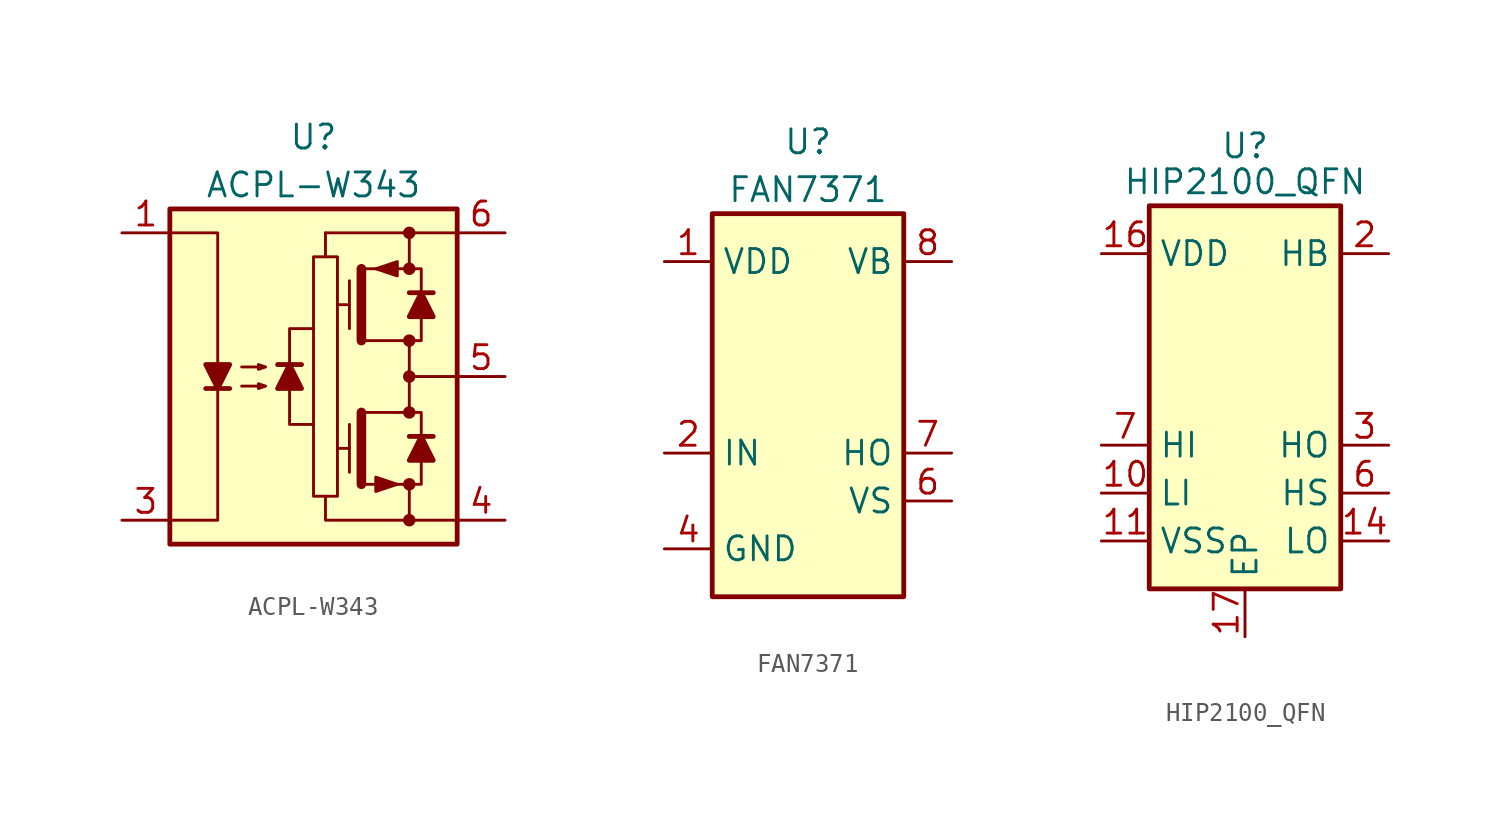
<source format=kicad_sym>
(kicad_symbol_lib
  (version 20220914)
  (generator kicad_symbol_editor)
  (symbol "ACPL-W343"
    (pin_names hide)
    (property "Reference" "U"
      (at 0 12.7 0)
      (effects (font (size 1.27 1.27))))
    (property "Value" "ACPL-W343"
      (at 0 10.16 0)
      (effects (font (size 1.27 1.27))))
    (symbol "ACPL-W343_0_1"
      (rectangle (start -7.62 8.89) (end 7.62 -8.89) (stroke (width 0.254) (type default)) (fill (type background)))
      (polyline (pts (xy -5.715 -0.635) (xy -4.445 -0.635)) (stroke (width 0.254) (type default)) (fill (type none)))
      (polyline (pts (xy -0.635 0.635) (xy -1.905 0.635)) (stroke (width 0.254) (type default)) (fill (type none)))
      (polyline (pts (xy 1.27 -3.81) (xy 1.905 -3.81)) (stroke (width 0) (type default)) (fill (type none)))
      (polyline (pts (xy 1.27 3.81) (xy 1.905 3.81)) (stroke (width 0) (type default)) (fill (type none)))
      (polyline (pts (xy 1.905 -5.08) (xy 1.905 -2.54)) (stroke (width 0) (type default)) (fill (type none)))
      (polyline (pts (xy 1.905 2.54) (xy 1.905 5.08)) (stroke (width 0) (type default)) (fill (type none)))
      (polyline (pts (xy 2.54 -5.715) (xy 2.54 -1.905)) (stroke (width 0.508) (type default)) (fill (type none)))
      (polyline (pts (xy 2.54 1.905) (xy 2.54 5.715)) (stroke (width 0.508) (type default)) (fill (type none)))
      (polyline (pts (xy 4.445 -1.905) (xy 2.54 -1.905)) (stroke (width 0) (type default)) (fill (type none)))
      (polyline (pts (xy 4.445 5.715) (xy 2.54 5.715)) (stroke (width 0) (type default)) (fill (type none)))
      (polyline (pts (xy 5.08 -5.715) (xy 5.08 -7.62)) (stroke (width 0) (type default)) (fill (type none)))
      (polyline (pts (xy 5.08 0) (xy 7.62 0)) (stroke (width 0) (type default)) (fill (type none)))
      (polyline (pts (xy 5.08 1.905) (xy 5.08 -1.905)) (stroke (width 0) (type default)) (fill (type none)))
      (polyline (pts (xy 5.08 7.62) (xy 5.08 5.715)) (stroke (width 0) (type default)) (fill (type none)))
      (polyline (pts (xy 6.35 -3.175) (xy 5.08 -3.175)) (stroke (width 0.254) (type default)) (fill (type none)))
      (polyline (pts (xy 6.35 4.445) (xy 5.08 4.445)) (stroke (width 0.254) (type default)) (fill (type none)))
      (polyline (pts (xy 7.62 7.62) (xy 0.635 7.62)) (stroke (width 0) (type default)) (fill (type none)))
      (polyline (pts (xy -1.27 -0.635) (xy -1.27 -2.54) (xy 0 -2.54)) (stroke (width 0) (type default)) (fill (type none)))
      (polyline (pts (xy -1.27 0.635) (xy -1.27 2.54) (xy 0 2.54)) (stroke (width 0) (type default)) (fill (type none)))
      (polyline (pts (xy 0.635 -6.35) (xy 0.635 -7.62) (xy 7.62 -7.62)) (stroke (width 0) (type default)) (fill (type none)))
      (polyline (pts (xy 4.445 -1.905) (xy 5.715 -1.905) (xy 5.715 -3.175)) (stroke (width 0) (type default)) (fill (type none)))
      (polyline (pts (xy 4.445 5.715) (xy 5.715 5.715) (xy 5.715 4.445)) (stroke (width 0) (type default)) (fill (type none)))
      (polyline (pts (xy 5.715 -4.445) (xy 5.715 -5.715) (xy 2.54 -5.715)) (stroke (width 0) (type default)) (fill (type none)))
      (polyline (pts (xy 5.715 3.175) (xy 5.715 1.905) (xy 2.54 1.905)) (stroke (width 0) (type default)) (fill (type none)))
      (polyline (pts (xy -7.62 7.62) (xy -5.08 7.62) (xy -5.08 -7.62) (xy -7.62 -7.62)) (stroke (width 0) (type default)) (fill (type none)))
      (polyline (pts (xy -5.08 -0.635) (xy -5.715 0.635) (xy -4.445 0.635) (xy -5.08 -0.635)) (stroke (width 0.254) (type default)) (fill (type outline)))
      (polyline (pts (xy -1.27 0.635) (xy -0.635 -0.635) (xy -1.905 -0.635) (xy -1.27 0.635)) (stroke (width 0.254) (type default)) (fill (type outline)))
      (polyline (pts (xy 3.302 5.715) (xy 4.445 6.096) (xy 4.445 5.334) (xy 3.302 5.715)) (stroke (width 0) (type default)) (fill (type outline)))
      (polyline (pts (xy 4.445 -5.715) (xy 3.302 -5.334) (xy 3.302 -6.096) (xy 4.445 -5.715)) (stroke (width 0) (type default)) (fill (type outline)))
      (polyline (pts (xy 5.715 -3.175) (xy 6.35 -4.445) (xy 5.08 -4.445) (xy 5.715 -3.175)) (stroke (width 0.254) (type default)) (fill (type outline)))
      (polyline (pts (xy 5.715 4.445) (xy 6.35 3.175) (xy 5.08 3.175) (xy 5.715 4.445)) (stroke (width 0.254) (type default)) (fill (type outline)))
      (polyline (pts (xy -3.81 -0.508) (xy -2.54 -0.508) (xy -2.921 -0.635) (xy -2.921 -0.381) (xy -2.54 -0.508)) (stroke (width 0) (type default)) (fill (type none)))
      (polyline (pts (xy -3.81 0.508) (xy -2.54 0.508) (xy -2.921 0.381) (xy -2.921 0.635) (xy -2.54 0.508)) (stroke (width 0) (type default)) (fill (type none)))
      (polyline (pts (xy 1.27 6.35) (xy 1.27 -6.35) (xy 0 -6.35) (xy 0 6.35) (xy 1.27 6.35)) (stroke (width 0) (type default)) (fill (type none)))
      (rectangle (start 0.635 6.35) (end 0.635 6.35) (stroke (width 0) (type default)) (fill (type none)))
      (rectangle (start 0.635 6.35) (end 0.635 7.62) (stroke (width 0) (type default)) (fill (type none)))
      (circle (center 5.08 -7.62) (radius 0.254) (stroke (width 0) (type default)) (fill (type outline)))
      (circle (center 5.08 -5.715) (radius 0.254) (stroke (width 0) (type default)) (fill (type outline)))
      (circle (center 5.08 -1.905) (radius 0.254) (stroke (width 0) (type default)) (fill (type outline)))
      (circle (center 5.08 0) (radius 0.254) (stroke (width 0) (type default)) (fill (type outline)))
      (circle (center 5.08 1.905) (radius 0.254) (stroke (width 0) (type default)) (fill (type outline)))
      (circle (center 5.08 5.715) (radius 0.254) (stroke (width 0) (type default)) (fill (type outline)))
      (circle (center 5.08 7.62) (radius 0.254) (stroke (width 0) (type default)) (fill (type outline))))
    (symbol "ACPL-W343_1_1"
      (pin passive line (at -10.16 7.62 0) (length 2.54) (name "A" (effects (font (size 1.27 1.27)))) (number "1" (effects (font (size 1.27 1.27)))))
      (pin no_connect line (at -7.62 0 0) (length 2.54) hide (name "NC" (effects (font (size 1.27 1.27)))) (number "2" (effects (font (size 1.27 1.27)))))
      (pin passive line (at -10.16 -7.62 0) (length 2.54) (name "C" (effects (font (size 1.27 1.27)))) (number "3" (effects (font (size 1.27 1.27)))))
      (pin power_in line (at 10.16 -7.62 180) (length 2.54) (name "VEE" (effects (font (size 1.27 1.27)))) (number "4" (effects (font (size 1.27 1.27)))))
      (pin output line (at 10.16 0 180) (length 2.54) (name "VO" (effects (font (size 1.27 1.27)))) (number "5" (effects (font (size 1.27 1.27)))))
      (pin power_in line (at 10.16 7.62 180) (length 2.54) (name "VCC" (effects (font (size 1.27 1.27)))) (number "6" (effects (font (size 1.27 1.27)))))))
  (symbol "FAN7371"
    (property "Reference" "U"
      (at 0 13.97 0)
      (effects (font (size 1.27 1.27))))
    (property "Value" "FAN7371"
      (at 0 11.43 0)
      (effects (font (size 1.27 1.27))))
    (symbol "FAN7371_0_1"
      (rectangle (start -5.08 10.16) (end 5.08 -10.16) (stroke (width 0.254) (type default)) (fill (type background))))
    (symbol "FAN7371_1_1"
      (pin power_in line (at -7.62 7.62 0) (length 2.54) (name "VDD" (effects (font (size 1.27 1.27)))) (number "1" (effects (font (size 1.27 1.27)))))
      (pin input line (at -7.62 -2.54 0) (length 2.54) (name "IN" (effects (font (size 1.27 1.27)))) (number "2" (effects (font (size 1.27 1.27)))))
      (pin no_connect line (at -5.08 -5.08 0) (length 2.54) hide (name "NC" (effects (font (size 1.27 1.27)))) (number "3" (effects (font (size 1.27 1.27)))))
      (pin power_in line (at -7.62 -7.62 0) (length 2.54) (name "GND" (effects (font (size 1.27 1.27)))) (number "4" (effects (font (size 1.27 1.27)))))
      (pin no_connect line (at 5.08 -7.62 180) (length 2.54) hide (name "NC" (effects (font (size 1.27 1.27)))) (number "5" (effects (font (size 1.27 1.27)))))
      (pin passive line (at 7.62 -5.08 180) (length 2.54) (name "VS" (effects (font (size 1.27 1.27)))) (number "6" (effects (font (size 1.27 1.27)))))
      (pin output line (at 7.62 -2.54 180) (length 2.54) (name "HO" (effects (font (size 1.27 1.27)))) (number "7" (effects (font (size 1.27 1.27)))))
      (pin passive line (at 7.62 7.62 180) (length 2.54) (name "VB" (effects (font (size 1.27 1.27)))) (number "8" (effects (font (size 1.27 1.27)))))))
  (symbol "HIP2100_QFN"
    (property "Reference" "U"
      (at 0 13.335 0)
      (effects (font (size 1.27 1.27))))
    (property "Value" "HIP2100_QFN"
      (at 0 11.43 0)
      (effects (font (size 1.27 1.27))))
    (symbol "HIP2100_QFN_0_1"
      (rectangle (start -5.08 -10.16) (end 5.08 10.16) (stroke (width 0.254) (type default)) (fill (type background))))
    (symbol "HIP2100_QFN_1_1"
      (pin no_connect line (at -5.08 5.08 0) (length 2.54) hide (name "NC" (effects (font (size 1.27 1.27)))) (number "1" (effects (font (size 1.27 1.27)))))
      (pin input line (at -7.62 -5.08 0) (length 2.54) (name "LI" (effects (font (size 1.27 1.27)))) (number "10" (effects (font (size 1.27 1.27)))))
      (pin power_in line (at -7.62 -7.62 0) (length 2.54) (name "VSS" (effects (font (size 1.27 1.27)))) (number "11" (effects (font (size 1.27 1.27)))))
      (pin no_connect line (at 5.08 2.54 180) (length 2.54) hide (name "NC" (effects (font (size 1.27 1.27)))) (number "12" (effects (font (size 1.27 1.27)))))
      (pin no_connect line (at 5.08 0 180) (length 2.54) hide (name "NC" (effects (font (size 1.27 1.27)))) (number "13" (effects (font (size 1.27 1.27)))))
      (pin output line (at 7.62 -7.62 180) (length 2.54) (name "LO" (effects (font (size 1.27 1.27)))) (number "14" (effects (font (size 1.27 1.27)))))
      (pin no_connect line (at 5.08 -10.16 180) (length 2.54) hide (name "NC" (effects (font (size 1.27 1.27)))) (number "15" (effects (font (size 1.27 1.27)))))
      (pin power_in line (at -7.62 7.62 0) (length 2.54) (name "VDD" (effects (font (size 1.27 1.27)))) (number "16" (effects (font (size 1.27 1.27)))))
      (pin output line (at 0 -12.7 90) (length 2.54) (name "EP" (effects (font (size 1.27 1.27)))) (number "17" (effects (font (size 1.27 1.27)))))
      (pin passive line (at 7.62 7.62 180) (length 2.54) (name "HB" (effects (font (size 1.27 1.27)))) (number "2" (effects (font (size 1.27 1.27)))))
      (pin output line (at 7.62 -2.54 180) (length 2.54) (name "HO" (effects (font (size 1.27 1.27)))) (number "3" (effects (font (size 1.27 1.27)))))
      (pin no_connect line (at -5.08 2.54 0) (length 2.54) hide (name "NC" (effects (font (size 1.27 1.27)))) (number "4" (effects (font (size 1.27 1.27)))))
      (pin no_connect line (at -5.08 0 0) (length 2.54) hide (name "NC" (effects (font (size 1.27 1.27)))) (number "5" (effects (font (size 1.27 1.27)))))
      (pin passive line (at 7.62 -5.08 180) (length 2.54) (name "HS" (effects (font (size 1.27 1.27)))) (number "6" (effects (font (size 1.27 1.27)))))
      (pin input line (at -7.62 -2.54 0) (length 2.54) (name "HI" (effects (font (size 1.27 1.27)))) (number "7" (effects (font (size 1.27 1.27)))))
      (pin no_connect line (at -5.08 -10.16 0) (length 2.54) hide (name "NC" (effects (font (size 1.27 1.27)))) (number "8" (effects (font (size 1.27 1.27)))))
      (pin no_connect line (at 5.08 5.08 180) (length 2.54) hide (name "NC" (effects (font (size 1.27 1.27)))) (number "9" (effects (font (size 1.27 1.27))))))))
</source>
